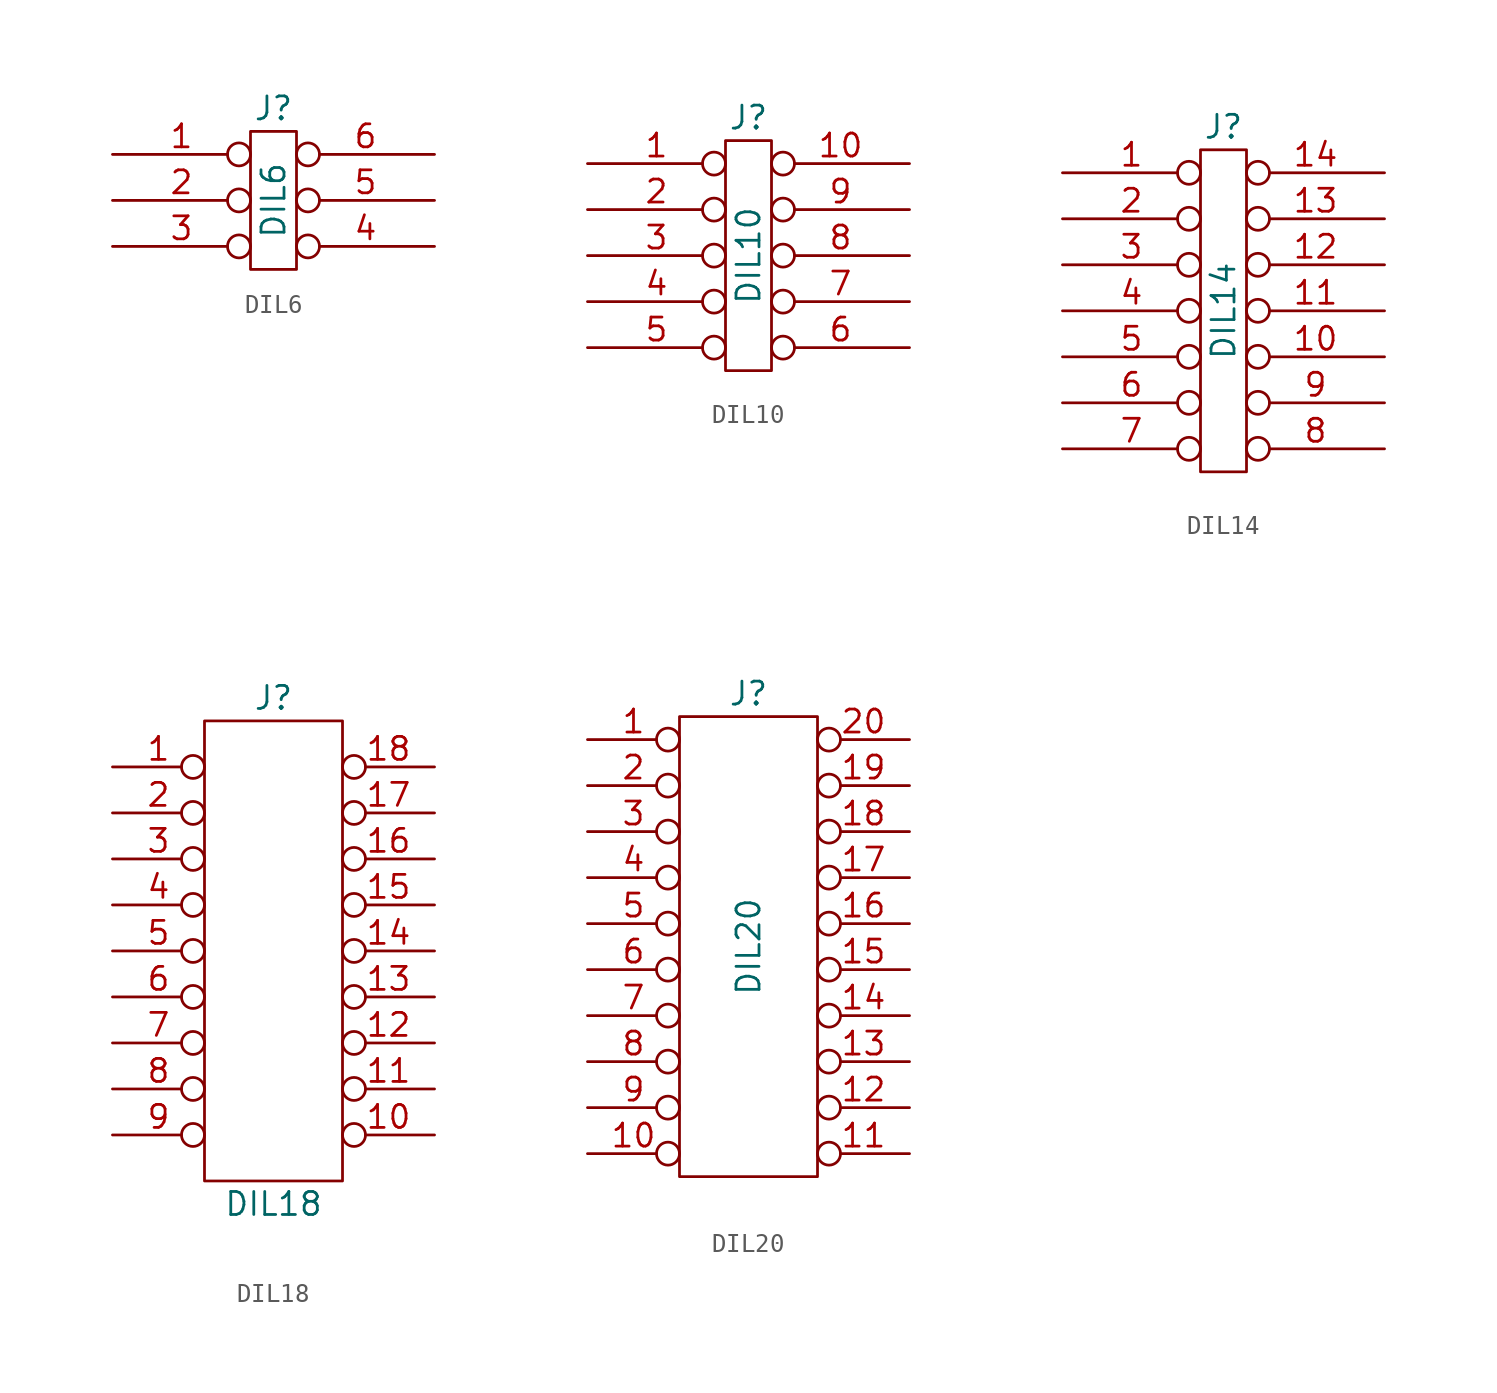
<source format=kicad_sym>
(kicad_symbol_lib
  (version 20211014)
  (generator kicad_symbol_editor)
  (symbol "DIL6"
    (pin_names
      (offset 1.016) hide)
    (property "Reference" "J"
      (at 0 5.08 0)
      (effects (font (size 1.27 1.27))))
    (property "Value" "DIL6"
      (at 0 0 90)
      (effects (font (size 1.27 1.27))))
    (symbol "DIL6_0_1"
      (rectangle (start -1.27 3.81) (end 1.27 -3.81) (stroke (width 0) (type default) (color 0 0 0 0)) (fill (type none))))
    (symbol "DIL6_1_1"
      (pin passive inverted (at -8.89 2.54 0) (length 7.62) (name "P1" (effects (font (size 1.27 1.27)))) (number "1" (effects (font (size 1.27 1.27)))))
      (pin passive inverted (at -8.89 0 0) (length 7.62) (name "P2" (effects (font (size 1.27 1.27)))) (number "2" (effects (font (size 1.27 1.27)))))
      (pin passive inverted (at -8.89 -2.54 0) (length 7.62) (name "P3" (effects (font (size 1.27 1.27)))) (number "3" (effects (font (size 1.27 1.27)))))
      (pin passive inverted (at 8.89 -2.54 180) (length 7.62) (name "P4" (effects (font (size 1.27 1.27)))) (number "4" (effects (font (size 1.27 1.27)))))
      (pin passive inverted (at 8.89 0 180) (length 7.62) (name "P5" (effects (font (size 1.27 1.27)))) (number "5" (effects (font (size 1.27 1.27)))))
      (pin passive inverted (at 8.89 2.54 180) (length 7.62) (name "P6" (effects (font (size 1.27 1.27)))) (number "6" (effects (font (size 1.27 1.27)))))))
  (symbol "DIL10"
    (pin_names
      (offset 1.016) hide)
    (property "Reference" "J"
      (at 0 7.62 0)
      (effects (font (size 1.27 1.27))))
    (property "Value" "DIL10"
      (at 0 0 90)
      (effects (font (size 1.27 1.27))))
    (symbol "DIL10_0_1"
      (rectangle (start -1.27 6.35) (end 1.27 -6.35) (stroke (width 0) (type default) (color 0 0 0 0)) (fill (type none))))
    (symbol "DIL10_1_1"
      (pin passive inverted (at -8.89 5.08 0) (length 7.62) (name "P1" (effects (font (size 1.27 1.27)))) (number "1" (effects (font (size 1.27 1.27)))))
      (pin passive inverted (at 8.89 5.08 180) (length 7.62) (name "P10" (effects (font (size 1.27 1.27)))) (number "10" (effects (font (size 1.27 1.27)))))
      (pin passive inverted (at -8.89 2.54 0) (length 7.62) (name "P2" (effects (font (size 1.27 1.27)))) (number "2" (effects (font (size 1.27 1.27)))))
      (pin passive inverted (at -8.89 0 0) (length 7.62) (name "P3" (effects (font (size 1.27 1.27)))) (number "3" (effects (font (size 1.27 1.27)))))
      (pin passive inverted (at -8.89 -2.54 0) (length 7.62) (name "P4" (effects (font (size 1.27 1.27)))) (number "4" (effects (font (size 1.27 1.27)))))
      (pin passive inverted (at -8.89 -5.08 0) (length 7.62) (name "P5" (effects (font (size 1.27 1.27)))) (number "5" (effects (font (size 1.27 1.27)))))
      (pin passive inverted (at 8.89 -5.08 180) (length 7.62) (name "P6" (effects (font (size 1.27 1.27)))) (number "6" (effects (font (size 1.27 1.27)))))
      (pin passive inverted (at 8.89 -2.54 180) (length 7.62) (name "P7" (effects (font (size 1.27 1.27)))) (number "7" (effects (font (size 1.27 1.27)))))
      (pin passive inverted (at 8.89 0 180) (length 7.62) (name "P8" (effects (font (size 1.27 1.27)))) (number "8" (effects (font (size 1.27 1.27)))))
      (pin passive inverted (at 8.89 2.54 180) (length 7.62) (name "P9" (effects (font (size 1.27 1.27)))) (number "9" (effects (font (size 1.27 1.27)))))))
  (symbol "DIL14"
    (pin_names
      (offset 1.016) hide)
    (property "Reference" "J"
      (at 0 10.16 0)
      (effects (font (size 1.27 1.27))))
    (property "Value" "DIL14"
      (at 0 0 90)
      (effects (font (size 1.27 1.27))))
    (symbol "DIL14_0_1"
      (rectangle (start -1.27 8.89) (end 1.27 -8.89) (stroke (width 0) (type default) (color 0 0 0 0)) (fill (type none))))
    (symbol "DIL14_1_1"
      (pin passive inverted (at -8.89 7.62 0) (length 7.62) (name "1" (effects (font (size 1.27 1.27)))) (number "1" (effects (font (size 1.27 1.27)))))
      (pin passive inverted (at 8.89 -2.54 180) (length 7.62) (name "10" (effects (font (size 1.27 1.27)))) (number "10" (effects (font (size 1.27 1.27)))))
      (pin passive inverted (at 8.89 0 180) (length 7.62) (name "11" (effects (font (size 1.27 1.27)))) (number "11" (effects (font (size 1.27 1.27)))))
      (pin passive inverted (at 8.89 2.54 180) (length 7.62) (name "12" (effects (font (size 1.27 1.27)))) (number "12" (effects (font (size 1.27 1.27)))))
      (pin passive inverted (at 8.89 5.08 180) (length 7.62) (name "13" (effects (font (size 1.27 1.27)))) (number "13" (effects (font (size 1.27 1.27)))))
      (pin passive inverted (at 8.89 7.62 180) (length 7.62) (name "14" (effects (font (size 1.27 1.27)))) (number "14" (effects (font (size 1.27 1.27)))))
      (pin passive inverted (at -8.89 5.08 0) (length 7.62) (name "2" (effects (font (size 1.27 1.27)))) (number "2" (effects (font (size 1.27 1.27)))))
      (pin passive inverted (at -8.89 2.54 0) (length 7.62) (name "3" (effects (font (size 1.27 1.27)))) (number "3" (effects (font (size 1.27 1.27)))))
      (pin passive inverted (at -8.89 0 0) (length 7.62) (name "4" (effects (font (size 1.27 1.27)))) (number "4" (effects (font (size 1.27 1.27)))))
      (pin passive inverted (at -8.89 -2.54 0) (length 7.62) (name "5" (effects (font (size 1.27 1.27)))) (number "5" (effects (font (size 1.27 1.27)))))
      (pin passive inverted (at -8.89 -5.08 0) (length 7.62) (name "6" (effects (font (size 1.27 1.27)))) (number "6" (effects (font (size 1.27 1.27)))))
      (pin passive inverted (at -8.89 -7.62 0) (length 7.62) (name "7" (effects (font (size 1.27 1.27)))) (number "7" (effects (font (size 1.27 1.27)))))
      (pin passive inverted (at 8.89 -7.62 180) (length 7.62) (name "8" (effects (font (size 1.27 1.27)))) (number "8" (effects (font (size 1.27 1.27)))))
      (pin passive inverted (at 8.89 -5.08 180) (length 7.62) (name "9" (effects (font (size 1.27 1.27)))) (number "9" (effects (font (size 1.27 1.27)))))))
  (symbol "DIL18"
    (pin_names
      (offset 1.016) hide)
    (property "Reference" "J"
      (at 0 13.97 0)
      (effects (font (size 1.27 1.27))))
    (property "Value" "DIL18"
      (at 0 -13.97 0)
      (effects (font (size 1.27 1.27))))
    (symbol "DIL18_0_1"
      (rectangle (start -3.81 12.7) (end 3.81 -12.7) (stroke (width 0) (type default) (color 0 0 0 0)) (fill (type none))))
    (symbol "DIL18_1_1"
      (pin passive inverted (at -8.89 10.16 0) (length 5.08) (name "P1" (effects (font (size 1.27 1.27)))) (number "1" (effects (font (size 1.27 1.27)))))
      (pin passive inverted (at 8.89 -10.16 180) (length 5.08) (name "P10" (effects (font (size 1.27 1.27)))) (number "10" (effects (font (size 1.27 1.27)))))
      (pin passive inverted (at 8.89 -7.62 180) (length 5.08) (name "P11" (effects (font (size 1.27 1.27)))) (number "11" (effects (font (size 1.27 1.27)))))
      (pin passive inverted (at 8.89 -5.08 180) (length 5.08) (name "P12" (effects (font (size 1.27 1.27)))) (number "12" (effects (font (size 1.27 1.27)))))
      (pin passive inverted (at 8.89 -2.54 180) (length 5.08) (name "P13" (effects (font (size 1.27 1.27)))) (number "13" (effects (font (size 1.27 1.27)))))
      (pin passive inverted (at 8.89 0 180) (length 5.08) (name "P14" (effects (font (size 1.27 1.27)))) (number "14" (effects (font (size 1.27 1.27)))))
      (pin passive inverted (at 8.89 2.54 180) (length 5.08) (name "P15" (effects (font (size 1.27 1.27)))) (number "15" (effects (font (size 1.27 1.27)))))
      (pin passive inverted (at 8.89 5.08 180) (length 5.08) (name "P16" (effects (font (size 1.27 1.27)))) (number "16" (effects (font (size 1.27 1.27)))))
      (pin passive inverted (at 8.89 7.62 180) (length 5.08) (name "P17" (effects (font (size 1.27 1.27)))) (number "17" (effects (font (size 1.27 1.27)))))
      (pin passive inverted (at 8.89 10.16 180) (length 5.08) (name "P18" (effects (font (size 1.27 1.27)))) (number "18" (effects (font (size 1.27 1.27)))))
      (pin passive inverted (at -8.89 7.62 0) (length 5.08) (name "P2" (effects (font (size 1.27 1.27)))) (number "2" (effects (font (size 1.27 1.27)))))
      (pin passive inverted (at -8.89 5.08 0) (length 5.08) (name "P3" (effects (font (size 1.27 1.27)))) (number "3" (effects (font (size 1.27 1.27)))))
      (pin passive inverted (at -8.89 2.54 0) (length 5.08) (name "P4" (effects (font (size 1.27 1.27)))) (number "4" (effects (font (size 1.27 1.27)))))
      (pin passive inverted (at -8.89 0 0) (length 5.08) (name "P5" (effects (font (size 1.27 1.27)))) (number "5" (effects (font (size 1.27 1.27)))))
      (pin passive inverted (at -8.89 -2.54 0) (length 5.08) (name "P6" (effects (font (size 1.27 1.27)))) (number "6" (effects (font (size 1.27 1.27)))))
      (pin passive inverted (at -8.89 -5.08 0) (length 5.08) (name "P7" (effects (font (size 1.27 1.27)))) (number "7" (effects (font (size 1.27 1.27)))))
      (pin passive inverted (at -8.89 -7.62 0) (length 5.08) (name "P8" (effects (font (size 1.27 1.27)))) (number "8" (effects (font (size 1.27 1.27)))))
      (pin passive inverted (at -8.89 -10.16 0) (length 5.08) (name "P9" (effects (font (size 1.27 1.27)))) (number "9" (effects (font (size 1.27 1.27)))))))
  (symbol "DIL20"
    (pin_names
      (offset 1.016) hide)
    (property "Reference" "J"
      (at 0 13.97 0)
      (effects (font (size 1.27 1.27))))
    (property "Value" "DIL20"
      (at 0 0 90)
      (effects (font (size 1.27 1.27))))
    (symbol "DIL20_0_1"
      (rectangle (start -3.81 12.7) (end 3.81 -12.7) (stroke (width 0) (type default) (color 0 0 0 0)) (fill (type none))))
    (symbol "DIL20_1_1"
      (pin passive inverted (at -8.89 11.43 0) (length 5.08) (name "P1" (effects (font (size 1.27 1.27)))) (number "1" (effects (font (size 1.27 1.27)))))
      (pin passive inverted (at -8.89 -11.43 0) (length 5.08) (name "P10" (effects (font (size 1.27 1.27)))) (number "10" (effects (font (size 1.27 1.27)))))
      (pin passive inverted (at 8.89 -11.43 180) (length 5.08) (name "P11" (effects (font (size 1.27 1.27)))) (number "11" (effects (font (size 1.27 1.27)))))
      (pin passive inverted (at 8.89 -8.89 180) (length 5.08) (name "P12" (effects (font (size 1.27 1.27)))) (number "12" (effects (font (size 1.27 1.27)))))
      (pin passive inverted (at 8.89 -6.35 180) (length 5.08) (name "P13" (effects (font (size 1.27 1.27)))) (number "13" (effects (font (size 1.27 1.27)))))
      (pin passive inverted (at 8.89 -3.81 180) (length 5.08) (name "P14" (effects (font (size 1.27 1.27)))) (number "14" (effects (font (size 1.27 1.27)))))
      (pin passive inverted (at 8.89 -1.27 180) (length 5.08) (name "P15" (effects (font (size 1.27 1.27)))) (number "15" (effects (font (size 1.27 1.27)))))
      (pin passive inverted (at 8.89 1.27 180) (length 5.08) (name "P16" (effects (font (size 1.27 1.27)))) (number "16" (effects (font (size 1.27 1.27)))))
      (pin passive inverted (at 8.89 3.81 180) (length 5.08) (name "P17" (effects (font (size 1.27 1.27)))) (number "17" (effects (font (size 1.27 1.27)))))
      (pin passive inverted (at 8.89 6.35 180) (length 5.08) (name "P18" (effects (font (size 1.27 1.27)))) (number "18" (effects (font (size 1.27 1.27)))))
      (pin passive inverted (at 8.89 8.89 180) (length 5.08) (name "P19" (effects (font (size 1.27 1.27)))) (number "19" (effects (font (size 1.27 1.27)))))
      (pin passive inverted (at -8.89 8.89 0) (length 5.08) (name "P2" (effects (font (size 1.27 1.27)))) (number "2" (effects (font (size 1.27 1.27)))))
      (pin passive inverted (at 8.89 11.43 180) (length 5.08) (name "P20" (effects (font (size 1.27 1.27)))) (number "20" (effects (font (size 1.27 1.27)))))
      (pin passive inverted (at -8.89 6.35 0) (length 5.08) (name "P3" (effects (font (size 1.27 1.27)))) (number "3" (effects (font (size 1.27 1.27)))))
      (pin passive inverted (at -8.89 3.81 0) (length 5.08) (name "P4" (effects (font (size 1.27 1.27)))) (number "4" (effects (font (size 1.27 1.27)))))
      (pin passive inverted (at -8.89 1.27 0) (length 5.08) (name "P5" (effects (font (size 1.27 1.27)))) (number "5" (effects (font (size 1.27 1.27)))))
      (pin passive inverted (at -8.89 -1.27 0) (length 5.08) (name "P6" (effects (font (size 1.27 1.27)))) (number "6" (effects (font (size 1.27 1.27)))))
      (pin passive inverted (at -8.89 -3.81 0) (length 5.08) (name "P7" (effects (font (size 1.27 1.27)))) (number "7" (effects (font (size 1.27 1.27)))))
      (pin passive inverted (at -8.89 -6.35 0) (length 5.08) (name "P8" (effects (font (size 1.27 1.27)))) (number "8" (effects (font (size 1.27 1.27)))))
      (pin passive inverted (at -8.89 -8.89 0) (length 5.08) (name "P9" (effects (font (size 1.27 1.27)))) (number "9" (effects (font (size 1.27 1.27))))))))
</source>
